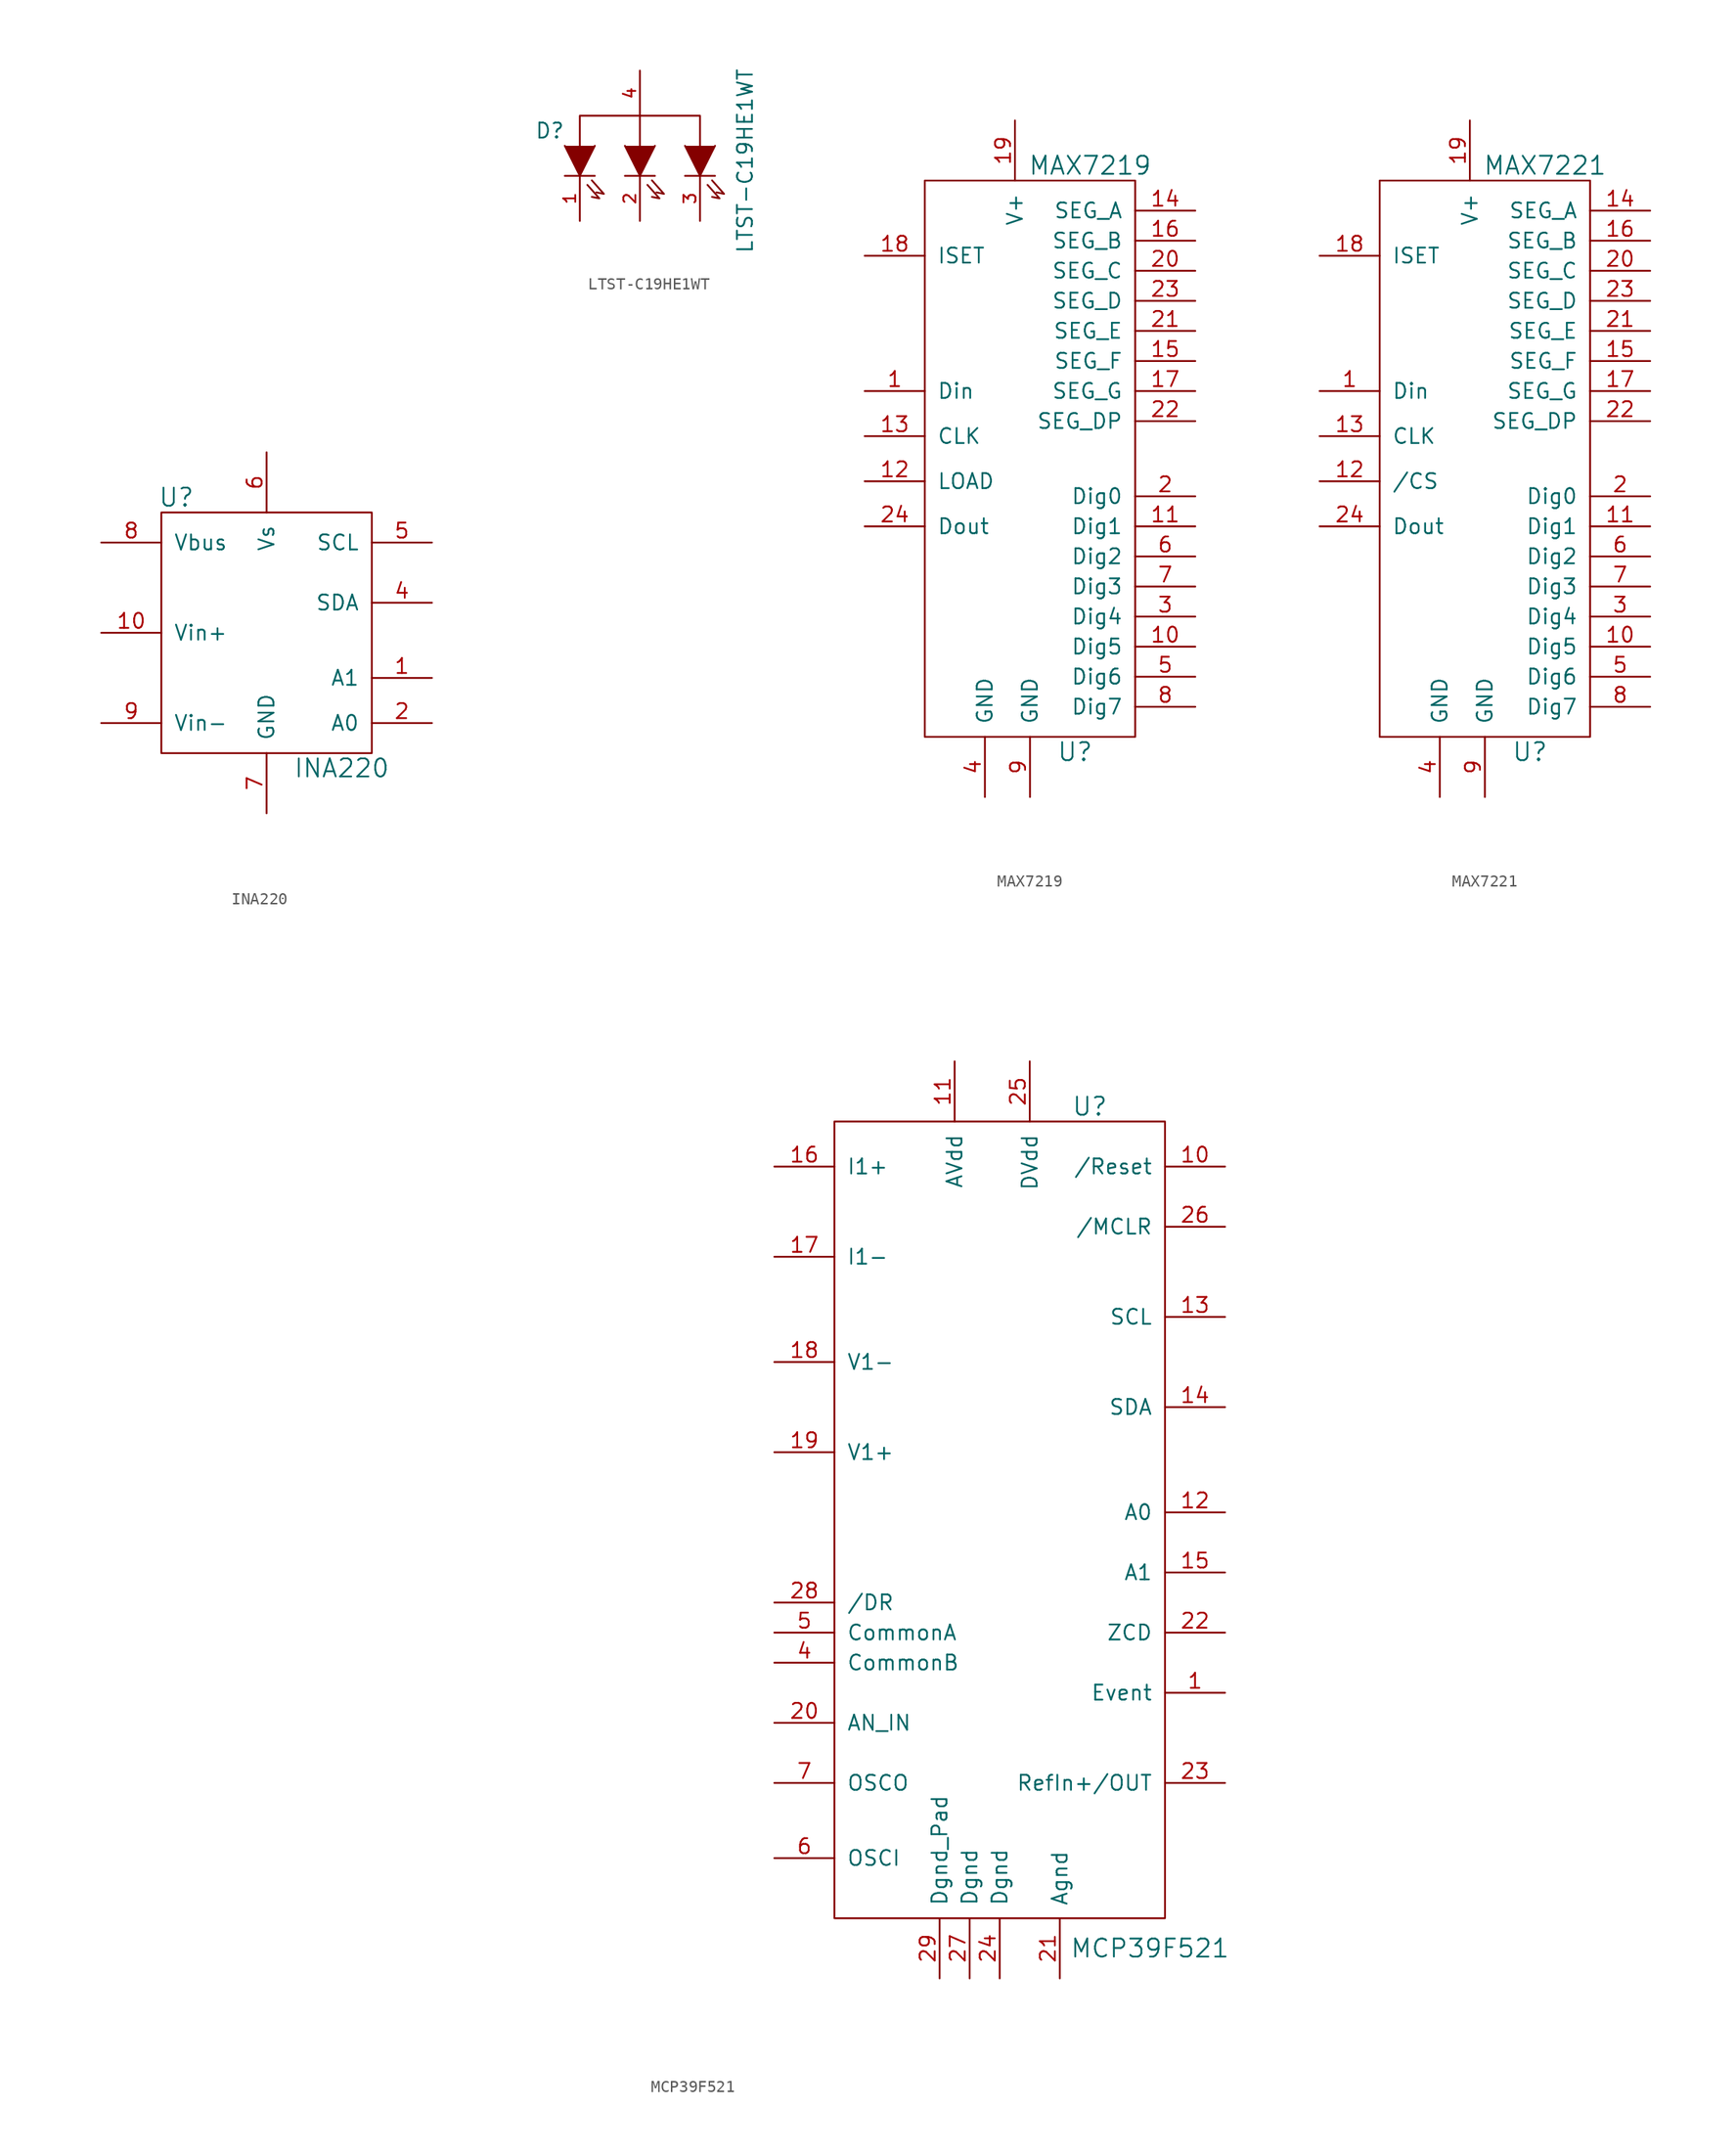
<source format=kicad_sym>
(kicad_symbol_lib
  (version 20211014)
  (generator kicad_symbol_editor)
  (symbol "INA220"
    (pin_names
      (offset 1.016))
    (property "Reference" "U"
      (at -7.62 11.43 0)
      (effects (font (size 1.524 1.524))))
    (property "Value" "INA220"
      (at 6.35 -11.43 0)
      (effects (font (size 1.524 1.524))))
    (property "Footprint" ""
      (at -15.24 43.18 0)
      (effects (font (size 1.524 1.524))))
    (property "Datasheet" ""
      (at -15.24 43.18 0)
      (effects (font (size 1.524 1.524))))
    (symbol "INA220_0_1"
      (rectangle (start 8.89 10.16) (end -8.89 -10.16) (stroke (width 0) (type default) (color 0 0 0 0)) (fill (type none))))
    (symbol "INA220_1_1"
      (pin input line (at 13.97 -3.81 180) (length 5.08) (name "A1" (effects (font (size 1.27 1.27)))) (number "1" (effects (font (size 1.27 1.27)))))
      (pin input line (at -13.97 0 0) (length 5.08) (name "Vin+" (effects (font (size 1.27 1.27)))) (number "10" (effects (font (size 1.27 1.27)))))
      (pin input line (at 13.97 -7.62 180) (length 5.08) (name "A0" (effects (font (size 1.27 1.27)))) (number "2" (effects (font (size 1.27 1.27)))))
      (pin input line (at 13.97 -1.27 180) (length 5.08) hide (name "NC" (effects (font (size 1.27 1.27)))) (number "3" (effects (font (size 1.27 1.27)))))
      (pin input line (at 13.97 2.54 180) (length 5.08) (name "SDA" (effects (font (size 1.27 1.27)))) (number "4" (effects (font (size 1.27 1.27)))))
      (pin input line (at 13.97 7.62 180) (length 5.08) (name "SCL" (effects (font (size 1.27 1.27)))) (number "5" (effects (font (size 1.27 1.27)))))
      (pin input line (at 0 15.24 270) (length 5.08) (name "Vs" (effects (font (size 1.27 1.27)))) (number "6" (effects (font (size 1.27 1.27)))))
      (pin input line (at 0 -15.24 90) (length 5.08) (name "GND" (effects (font (size 1.27 1.27)))) (number "7" (effects (font (size 1.27 1.27)))))
      (pin input line (at -13.97 7.62 0) (length 5.08) (name "Vbus" (effects (font (size 1.27 1.27)))) (number "8" (effects (font (size 1.27 1.27)))))
      (pin input line (at -13.97 -7.62 0) (length 5.08) (name "Vin-" (effects (font (size 1.27 1.27)))) (number "9" (effects (font (size 1.27 1.27)))))))
  (symbol "LTST-C19HE1WT"
    (pin_names
      (offset 1.016) hide)
    (property "Reference" "D"
      (at -7.62 1.27 0)
      (effects (font (size 1.27 1.27))))
    (property "Value" "LTST-C19HE1WT"
      (at 8.89 -1.27 90)
      (effects (font (size 1.27 1.27))))
    (property "Footprint" ""
      (at 0 -1.27 90)
      (effects (font (size 1.524 1.524))))
    (property "Datasheet" ""
      (at 0 -1.27 90)
      (effects (font (size 1.524 1.524))))
    (symbol "LTST-C19HE1WT_0_1"
      (polyline (pts (xy -6.35 -2.54) (xy -3.81 -2.54)) (stroke (width 0) (type default) (color 0 0 0 0)) (fill (type none)))
      (polyline (pts (xy -1.27 -2.54) (xy 1.27 -2.54)) (stroke (width 0) (type default) (color 0 0 0 0)) (fill (type none)))
      (polyline (pts (xy 3.81 -2.54) (xy 6.35 -2.54)) (stroke (width 0) (type default) (color 0 0 0 0)) (fill (type none)))
      (polyline (pts (xy -4.445 -3.302) (xy -3.429 -4.445) (xy -4.064 -4.318)) (stroke (width 0) (type default) (color 0 0 0 0)) (fill (type none)))
      (polyline (pts (xy -4.064 -2.921) (xy -3.048 -4.064) (xy -3.683 -3.937)) (stroke (width 0) (type default) (color 0 0 0 0)) (fill (type none)))
      (polyline (pts (xy 0 2.54) (xy 5.08 2.54) (xy 5.08 0)) (stroke (width 0) (type default) (color 0 0 0 0)) (fill (type none)))
      (polyline (pts (xy 0.635 -3.302) (xy 1.651 -4.445) (xy 1.016 -4.318)) (stroke (width 0) (type default) (color 0 0 0 0)) (fill (type none)))
      (polyline (pts (xy 1.016 -2.921) (xy 2.032 -4.064) (xy 1.397 -3.937)) (stroke (width 0) (type default) (color 0 0 0 0)) (fill (type none)))
      (polyline (pts (xy 5.715 -3.302) (xy 6.731 -4.445) (xy 6.096 -4.318)) (stroke (width 0) (type default) (color 0 0 0 0)) (fill (type none)))
      (polyline (pts (xy 6.096 -2.921) (xy 7.112 -4.064) (xy 6.477 -3.937)) (stroke (width 0) (type default) (color 0 0 0 0)) (fill (type none)))
      (polyline (pts (xy 0 0) (xy 0 2.54) (xy -5.08 2.54) (xy -5.08 0)) (stroke (width 0) (type default) (color 0 0 0 0)) (fill (type none))))
    (symbol "LTST-C19HE1WT_1_1"
      (polyline (pts (xy -6.35 0) (xy -5.08 -2.54) (xy -3.81 0)) (stroke (width 0) (type default) (color 0 0 0 0)) (fill (type outline)))
      (polyline (pts (xy -1.27 0) (xy 0 -2.54) (xy 1.27 0)) (stroke (width 0) (type default) (color 0 0 0 0)) (fill (type outline)))
      (polyline (pts (xy 3.81 0) (xy 5.08 -2.54) (xy 6.35 0)) (stroke (width 0) (type default) (color 0 0 0 0)) (fill (type outline)))
      (pin passive line (at -5.08 -6.35 90) (length 3.81) (name "Red" (effects (font (size 1.016 1.016)))) (number "1" (effects (font (size 1.016 1.016)))))
      (pin passive line (at 0 -6.35 90) (length 3.81) (name "Green" (effects (font (size 1.016 1.016)))) (number "2" (effects (font (size 1.016 1.016)))))
      (pin passive line (at 5.08 -6.35 90) (length 3.81) (name "Blue" (effects (font (size 1.016 1.016)))) (number "3" (effects (font (size 1.016 1.016)))))
      (pin passive line (at 0 6.35 270) (length 3.81) (name "Common_Anode" (effects (font (size 1.016 1.016)))) (number "4" (effects (font (size 1.016 1.016)))))))
  (symbol "MAX7219"
    (pin_names
      (offset 1.016))
    (property "Reference" "U"
      (at 5.08 -48.26 0)
      (effects (font (size 1.524 1.524))))
    (property "Value" "MAX7219"
      (at 6.35 1.27 0)
      (effects (font (size 1.524 1.524))))
    (symbol "MAX7219_0_1"
      (rectangle (start 10.16 0) (end -7.62 -46.99) (stroke (width 0) (type default) (color 0 0 0 0)) (fill (type none))))
    (symbol "MAX7219_1_1"
      (pin input line (at -12.7 -17.78 0) (length 5.08) (name "Din" (effects (font (size 1.27 1.27)))) (number "1" (effects (font (size 1.27 1.27)))))
      (pin input line (at 15.24 -39.37 180) (length 5.08) (name "Dig5" (effects (font (size 1.27 1.27)))) (number "10" (effects (font (size 1.27 1.27)))))
      (pin input line (at 15.24 -29.21 180) (length 5.08) (name "Dig1" (effects (font (size 1.27 1.27)))) (number "11" (effects (font (size 1.27 1.27)))))
      (pin input line (at -12.7 -25.4 0) (length 5.08) (name "LOAD" (effects (font (size 1.27 1.27)))) (number "12" (effects (font (size 1.27 1.27)))))
      (pin input line (at -12.7 -21.59 0) (length 5.08) (name "CLK" (effects (font (size 1.27 1.27)))) (number "13" (effects (font (size 1.27 1.27)))))
      (pin input line (at 15.24 -2.54 180) (length 5.08) (name "SEG_A" (effects (font (size 1.27 1.27)))) (number "14" (effects (font (size 1.27 1.27)))))
      (pin input line (at 15.24 -15.24 180) (length 5.08) (name "SEG_F" (effects (font (size 1.27 1.27)))) (number "15" (effects (font (size 1.27 1.27)))))
      (pin input line (at 15.24 -5.08 180) (length 5.08) (name "SEG_B" (effects (font (size 1.27 1.27)))) (number "16" (effects (font (size 1.27 1.27)))))
      (pin input line (at 15.24 -17.78 180) (length 5.08) (name "SEG_G" (effects (font (size 1.27 1.27)))) (number "17" (effects (font (size 1.27 1.27)))))
      (pin input line (at -12.7 -6.35 0) (length 5.08) (name "ISET" (effects (font (size 1.27 1.27)))) (number "18" (effects (font (size 1.27 1.27)))))
      (pin input line (at 0 5.08 270) (length 5.08) (name "V+" (effects (font (size 1.27 1.27)))) (number "19" (effects (font (size 1.27 1.27)))))
      (pin input line (at 15.24 -26.67 180) (length 5.08) (name "Dig0" (effects (font (size 1.27 1.27)))) (number "2" (effects (font (size 1.27 1.27)))))
      (pin input line (at 15.24 -7.62 180) (length 5.08) (name "SEG_C" (effects (font (size 1.27 1.27)))) (number "20" (effects (font (size 1.27 1.27)))))
      (pin input line (at 15.24 -12.7 180) (length 5.08) (name "SEG_E" (effects (font (size 1.27 1.27)))) (number "21" (effects (font (size 1.27 1.27)))))
      (pin input line (at 15.24 -20.32 180) (length 5.08) (name "SEG_DP" (effects (font (size 1.27 1.27)))) (number "22" (effects (font (size 1.27 1.27)))))
      (pin input line (at 15.24 -10.16 180) (length 5.08) (name "SEG_D" (effects (font (size 1.27 1.27)))) (number "23" (effects (font (size 1.27 1.27)))))
      (pin input line (at -12.7 -29.21 0) (length 5.08) (name "Dout" (effects (font (size 1.27 1.27)))) (number "24" (effects (font (size 1.27 1.27)))))
      (pin input line (at 15.24 -36.83 180) (length 5.08) (name "Dig4" (effects (font (size 1.27 1.27)))) (number "3" (effects (font (size 1.27 1.27)))))
      (pin input line (at -2.54 -52.07 90) (length 5.08) (name "GND" (effects (font (size 1.27 1.27)))) (number "4" (effects (font (size 1.27 1.27)))))
      (pin input line (at 15.24 -41.91 180) (length 5.08) (name "Dig6" (effects (font (size 1.27 1.27)))) (number "5" (effects (font (size 1.27 1.27)))))
      (pin input line (at 15.24 -31.75 180) (length 5.08) (name "Dig2" (effects (font (size 1.27 1.27)))) (number "6" (effects (font (size 1.27 1.27)))))
      (pin input line (at 15.24 -34.29 180) (length 5.08) (name "Dig3" (effects (font (size 1.27 1.27)))) (number "7" (effects (font (size 1.27 1.27)))))
      (pin input line (at 15.24 -44.45 180) (length 5.08) (name "Dig7" (effects (font (size 1.27 1.27)))) (number "8" (effects (font (size 1.27 1.27)))))
      (pin input line (at 1.27 -52.07 90) (length 5.08) (name "GND" (effects (font (size 1.27 1.27)))) (number "9" (effects (font (size 1.27 1.27)))))))
  (symbol "MAX7221"
    (pin_names
      (offset 1.016))
    (property "Reference" "U"
      (at 5.08 -48.26 0)
      (effects (font (size 1.524 1.524))))
    (property "Value" "MAX7221"
      (at 6.35 1.27 0)
      (effects (font (size 1.524 1.524))))
    (symbol "MAX7221_0_1"
      (rectangle (start 10.16 0) (end -7.62 -46.99) (stroke (width 0) (type default) (color 0 0 0 0)) (fill (type none))))
    (symbol "MAX7221_1_1"
      (pin input line (at -12.7 -17.78 0) (length 5.08) (name "Din" (effects (font (size 1.27 1.27)))) (number "1" (effects (font (size 1.27 1.27)))))
      (pin input line (at 15.24 -39.37 180) (length 5.08) (name "Dig5" (effects (font (size 1.27 1.27)))) (number "10" (effects (font (size 1.27 1.27)))))
      (pin input line (at 15.24 -29.21 180) (length 5.08) (name "Dig1" (effects (font (size 1.27 1.27)))) (number "11" (effects (font (size 1.27 1.27)))))
      (pin input line (at -12.7 -25.4 0) (length 5.08) (name "/CS" (effects (font (size 1.27 1.27)))) (number "12" (effects (font (size 1.27 1.27)))))
      (pin input line (at -12.7 -21.59 0) (length 5.08) (name "CLK" (effects (font (size 1.27 1.27)))) (number "13" (effects (font (size 1.27 1.27)))))
      (pin input line (at 15.24 -2.54 180) (length 5.08) (name "SEG_A" (effects (font (size 1.27 1.27)))) (number "14" (effects (font (size 1.27 1.27)))))
      (pin input line (at 15.24 -15.24 180) (length 5.08) (name "SEG_F" (effects (font (size 1.27 1.27)))) (number "15" (effects (font (size 1.27 1.27)))))
      (pin input line (at 15.24 -5.08 180) (length 5.08) (name "SEG_B" (effects (font (size 1.27 1.27)))) (number "16" (effects (font (size 1.27 1.27)))))
      (pin input line (at 15.24 -17.78 180) (length 5.08) (name "SEG_G" (effects (font (size 1.27 1.27)))) (number "17" (effects (font (size 1.27 1.27)))))
      (pin input line (at -12.7 -6.35 0) (length 5.08) (name "ISET" (effects (font (size 1.27 1.27)))) (number "18" (effects (font (size 1.27 1.27)))))
      (pin input line (at 0 5.08 270) (length 5.08) (name "V+" (effects (font (size 1.27 1.27)))) (number "19" (effects (font (size 1.27 1.27)))))
      (pin input line (at 15.24 -26.67 180) (length 5.08) (name "Dig0" (effects (font (size 1.27 1.27)))) (number "2" (effects (font (size 1.27 1.27)))))
      (pin input line (at 15.24 -7.62 180) (length 5.08) (name "SEG_C" (effects (font (size 1.27 1.27)))) (number "20" (effects (font (size 1.27 1.27)))))
      (pin input line (at 15.24 -12.7 180) (length 5.08) (name "SEG_E" (effects (font (size 1.27 1.27)))) (number "21" (effects (font (size 1.27 1.27)))))
      (pin input line (at 15.24 -20.32 180) (length 5.08) (name "SEG_DP" (effects (font (size 1.27 1.27)))) (number "22" (effects (font (size 1.27 1.27)))))
      (pin input line (at 15.24 -10.16 180) (length 5.08) (name "SEG_D" (effects (font (size 1.27 1.27)))) (number "23" (effects (font (size 1.27 1.27)))))
      (pin input line (at -12.7 -29.21 0) (length 5.08) (name "Dout" (effects (font (size 1.27 1.27)))) (number "24" (effects (font (size 1.27 1.27)))))
      (pin input line (at 15.24 -36.83 180) (length 5.08) (name "Dig4" (effects (font (size 1.27 1.27)))) (number "3" (effects (font (size 1.27 1.27)))))
      (pin input line (at -2.54 -52.07 90) (length 5.08) (name "GND" (effects (font (size 1.27 1.27)))) (number "4" (effects (font (size 1.27 1.27)))))
      (pin input line (at 15.24 -41.91 180) (length 5.08) (name "Dig6" (effects (font (size 1.27 1.27)))) (number "5" (effects (font (size 1.27 1.27)))))
      (pin input line (at 15.24 -31.75 180) (length 5.08) (name "Dig2" (effects (font (size 1.27 1.27)))) (number "6" (effects (font (size 1.27 1.27)))))
      (pin input line (at 15.24 -34.29 180) (length 5.08) (name "Dig3" (effects (font (size 1.27 1.27)))) (number "7" (effects (font (size 1.27 1.27)))))
      (pin input line (at 15.24 -44.45 180) (length 5.08) (name "Dig7" (effects (font (size 1.27 1.27)))) (number "8" (effects (font (size 1.27 1.27)))))
      (pin input line (at 1.27 -52.07 90) (length 5.08) (name "GND" (effects (font (size 1.27 1.27)))) (number "9" (effects (font (size 1.27 1.27)))))))
  (symbol "MCP39F521"
    (pin_names
      (offset 1.016))
    (property "Reference" "U"
      (at 7.62 35.56 0)
      (effects (font (size 1.524 1.524))))
    (property "Value" "MCP39F521"
      (at 12.7 -35.56 0)
      (effects (font (size 1.524 1.524))))
    (property "Footprint" ""
      (at -71.12 36.83 0)
      (effects (font (size 1.524 1.524))))
    (property "Datasheet" ""
      (at -71.12 36.83 0)
      (effects (font (size 1.524 1.524))))
    (symbol "MCP39F521_0_1"
      (rectangle (start 13.97 34.29) (end -13.97 -33.02) (stroke (width 0) (type default) (color 0 0 0 0)) (fill (type none))))
    (symbol "MCP39F521_1_1"
      (pin input line (at 19.05 -13.97 180) (length 5.08) (name "Event" (effects (font (size 1.27 1.27)))) (number "1" (effects (font (size 1.27 1.27)))))
      (pin input line (at 19.05 30.48 180) (length 5.08) (name "/Reset" (effects (font (size 1.27 1.27)))) (number "10" (effects (font (size 1.27 1.27)))))
      (pin input line (at -3.81 39.37 270) (length 5.08) (name "AVdd" (effects (font (size 1.27 1.27)))) (number "11" (effects (font (size 1.27 1.27)))))
      (pin input line (at 19.05 1.27 180) (length 5.08) (name "A0" (effects (font (size 1.27 1.27)))) (number "12" (effects (font (size 1.27 1.27)))))
      (pin input line (at 19.05 17.78 180) (length 5.08) (name "SCL" (effects (font (size 1.27 1.27)))) (number "13" (effects (font (size 1.27 1.27)))))
      (pin input line (at 19.05 10.16 180) (length 5.08) (name "SDA" (effects (font (size 1.27 1.27)))) (number "14" (effects (font (size 1.27 1.27)))))
      (pin input line (at 19.05 -3.81 180) (length 5.08) (name "A1" (effects (font (size 1.27 1.27)))) (number "15" (effects (font (size 1.27 1.27)))))
      (pin input line (at -19.05 30.48 0) (length 5.08) (name "I1+" (effects (font (size 1.27 1.27)))) (number "16" (effects (font (size 1.27 1.27)))))
      (pin input line (at -19.05 22.86 0) (length 5.08) (name "I1-" (effects (font (size 1.27 1.27)))) (number "17" (effects (font (size 1.27 1.27)))))
      (pin input line (at -19.05 13.97 0) (length 5.08) (name "V1-" (effects (font (size 1.27 1.27)))) (number "18" (effects (font (size 1.27 1.27)))))
      (pin input line (at -19.05 6.35 0) (length 5.08) (name "V1+" (effects (font (size 1.27 1.27)))) (number "19" (effects (font (size 1.27 1.27)))))
      (pin input line (at -19.05 3.81 0) (length 5.08) hide (name "NC" (effects (font (size 1.27 1.27)))) (number "2" (effects (font (size 1.27 1.27)))))
      (pin input line (at -19.05 -16.51 0) (length 5.08) (name "AN_IN" (effects (font (size 1.27 1.27)))) (number "20" (effects (font (size 1.27 1.27)))))
      (pin input line (at 5.08 -38.1 90) (length 5.08) (name "Agnd" (effects (font (size 1.27 1.27)))) (number "21" (effects (font (size 1.27 1.27)))))
      (pin input line (at 19.05 -8.89 180) (length 5.08) (name "ZCD" (effects (font (size 1.27 1.27)))) (number "22" (effects (font (size 1.27 1.27)))))
      (pin input line (at 19.05 -21.59 180) (length 5.08) (name "RefIn+/OUT" (effects (font (size 1.27 1.27)))) (number "23" (effects (font (size 1.27 1.27)))))
      (pin input line (at 0 -38.1 90) (length 5.08) (name "Dgnd" (effects (font (size 1.27 1.27)))) (number "24" (effects (font (size 1.27 1.27)))))
      (pin input line (at 2.54 39.37 270) (length 5.08) (name "DVdd" (effects (font (size 1.27 1.27)))) (number "25" (effects (font (size 1.27 1.27)))))
      (pin input line (at 19.05 25.4 180) (length 5.08) (name "/MCLR" (effects (font (size 1.27 1.27)))) (number "26" (effects (font (size 1.27 1.27)))))
      (pin input line (at -2.54 -38.1 90) (length 5.08) (name "Dgnd" (effects (font (size 1.27 1.27)))) (number "27" (effects (font (size 1.27 1.27)))))
      (pin input line (at -19.05 -6.35 0) (length 5.08) (name "/DR" (effects (font (size 1.27 1.27)))) (number "28" (effects (font (size 1.27 1.27)))))
      (pin input line (at -5.08 -38.1 90) (length 5.08) (name "Dgnd_Pad" (effects (font (size 1.27 1.27)))) (number "29" (effects (font (size 1.27 1.27)))))
      (pin input line (at -19.05 1.27 0) (length 5.08) hide (name "NC" (effects (font (size 1.27 1.27)))) (number "3" (effects (font (size 1.27 1.27)))))
      (pin input line (at -19.05 -11.43 0) (length 5.08) (name "CommonB" (effects (font (size 1.27 1.27)))) (number "4" (effects (font (size 1.27 1.27)))))
      (pin input line (at -19.05 -8.89 0) (length 5.08) (name "CommonA" (effects (font (size 1.27 1.27)))) (number "5" (effects (font (size 1.27 1.27)))))
      (pin input line (at -19.05 -27.94 0) (length 5.08) (name "OSCI" (effects (font (size 1.27 1.27)))) (number "6" (effects (font (size 1.27 1.27)))))
      (pin input line (at -19.05 -21.59 0) (length 5.08) (name "OSCO" (effects (font (size 1.27 1.27)))) (number "7" (effects (font (size 1.27 1.27)))))
      (pin input line (at -19.05 -1.27 0) (length 5.08) hide (name "NC" (effects (font (size 1.27 1.27)))) (number "8" (effects (font (size 1.27 1.27)))))
      (pin input line (at -19.05 -3.81 0) (length 5.08) hide (name "NC" (effects (font (size 1.27 1.27)))) (number "9" (effects (font (size 1.27 1.27))))))))
</source>
